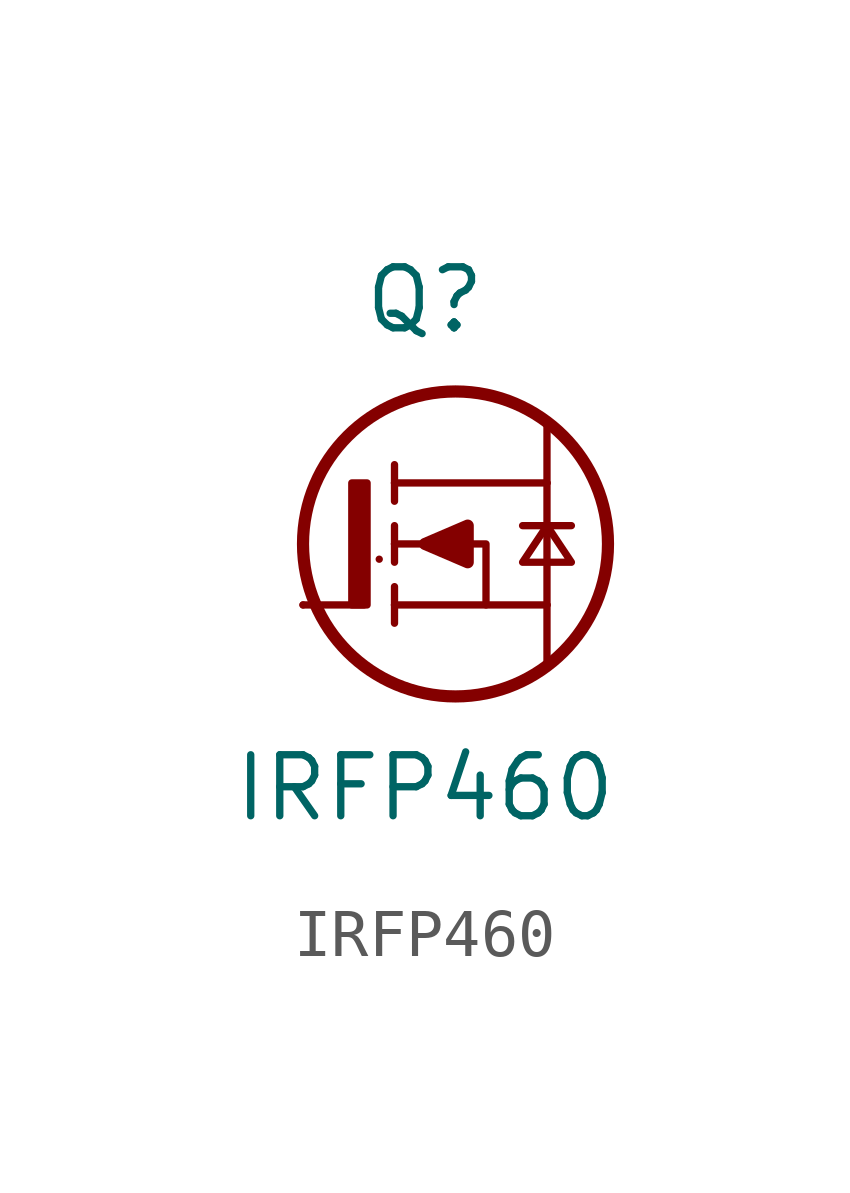
<source format=kicad_sym>
(kicad_symbol_lib
  (version 20220914)
  (generator kicad_symbol_editor)
  (symbol "IRFP460"
    (pin_numbers hide)
    (pin_names
      (offset 1.016) hide)
    (property "Reference" "Q"
      (at 0 5.08 0)
      (effects (font (size 1.27 1.27))))
    (property "Value" "IRFP460"
      (at 0 -5.08 0)
      (effects (font (size 1.27 1.27))))
    (symbol "IRFP460_0_0"
      (polyline (pts (xy -0.635 -1.27) (xy -0.635 -1.651)) (stroke (width 0) (type solid)) (fill (type none)))
      (polyline (pts (xy -0.635 -1.27) (xy -0.635 -0.889)) (stroke (width 0) (type solid)) (fill (type none)))
      (polyline (pts (xy -0.635 0) (xy -0.635 -0.381)) (stroke (width 0) (type solid)) (fill (type none)))
      (polyline (pts (xy -0.635 0) (xy -0.635 0.381)) (stroke (width 0) (type solid)) (fill (type none)))
      (polyline (pts (xy -0.635 1.27) (xy -0.635 0.889)) (stroke (width 0) (type solid)) (fill (type none)))
      (polyline (pts (xy -0.635 1.27) (xy -0.635 1.651)) (stroke (width 0) (type solid)) (fill (type none)))
      (polyline (pts (xy 2.032 0.381) (xy 3.048 0.381)) (stroke (width 0) (type solid)) (fill (type none)))
      (polyline (pts (xy 2.54 -2.54) (xy 2.54 -1.27)) (stroke (width 0) (type solid)) (fill (type none)))
      (polyline (pts (xy 2.54 -1.27) (xy -0.635 -1.27)) (stroke (width 0) (type solid)) (fill (type none)))
      (polyline (pts (xy 2.54 1.27) (xy -0.635 1.27)) (stroke (width 0) (type solid)) (fill (type none)))
      (polyline (pts (xy 2.54 1.27) (xy 2.54 -1.27)) (stroke (width 0) (type solid)) (fill (type none)))
      (polyline (pts (xy 2.54 1.27) (xy 2.54 2.54)) (stroke (width 0) (type solid)) (fill (type none)))
      (polyline (pts (xy 2.032 -0.381) (xy 3.048 -0.381) (xy 2.54 0.381) (xy 2.032 -0.381)) (stroke (width 0) (type solid)) (fill (type none)))
      (polyline (pts (xy -0.635 0) (xy -0.127 0) (xy 0.635 0) (xy 1.27 0) (xy 1.27 -1.27)) (stroke (width 0) (type solid)) (fill (type none))))
    (symbol "IRFP460_0_1"
      (rectangle (start -1.524 1.27) (end -1.206 -1.27) (stroke (width 0) (type default)) (fill (type outline)))
      (rectangle (start -0.953 -0.318) (end -0.953 -0.318) (stroke (width 0) (type default)) (fill (type none)))
      (polyline (pts (xy -2.54 -1.27) (xy -1.27 -1.27)) (stroke (width 0) (type default)) (fill (type none)))
      (polyline (pts (xy 0 0) (xy 0.889 -0.381) (xy 0.889 0.381) (xy 0 0)) (stroke (width 0.254) (type default)) (fill (type outline))))
    (symbol "IRFP460_1_0"
      (circle (center 0.635 0) (radius 3.175) (stroke (width 0.254) (type solid)) (fill (type none))))
    (symbol "IRFP460_1_1"
      (pin passive line (at -2.54 -1.27 0) (length 0) (name "G" (effects (font (size 1.27 1.27)))) (number "1" (effects (font (size 1.27 1.27)))))
      (pin passive line (at 2.54 -2.54 180) (length 0) (name "S" (effects (font (size 1.27 1.27)))) (number "2" (effects (font (size 1.27 1.27)))))
      (pin passive line (at 2.54 2.54 180) (length 0) (name "D" (effects (font (size 1.27 1.27)))) (number "3" (effects (font (size 1.27 1.27))))))))
</source>
